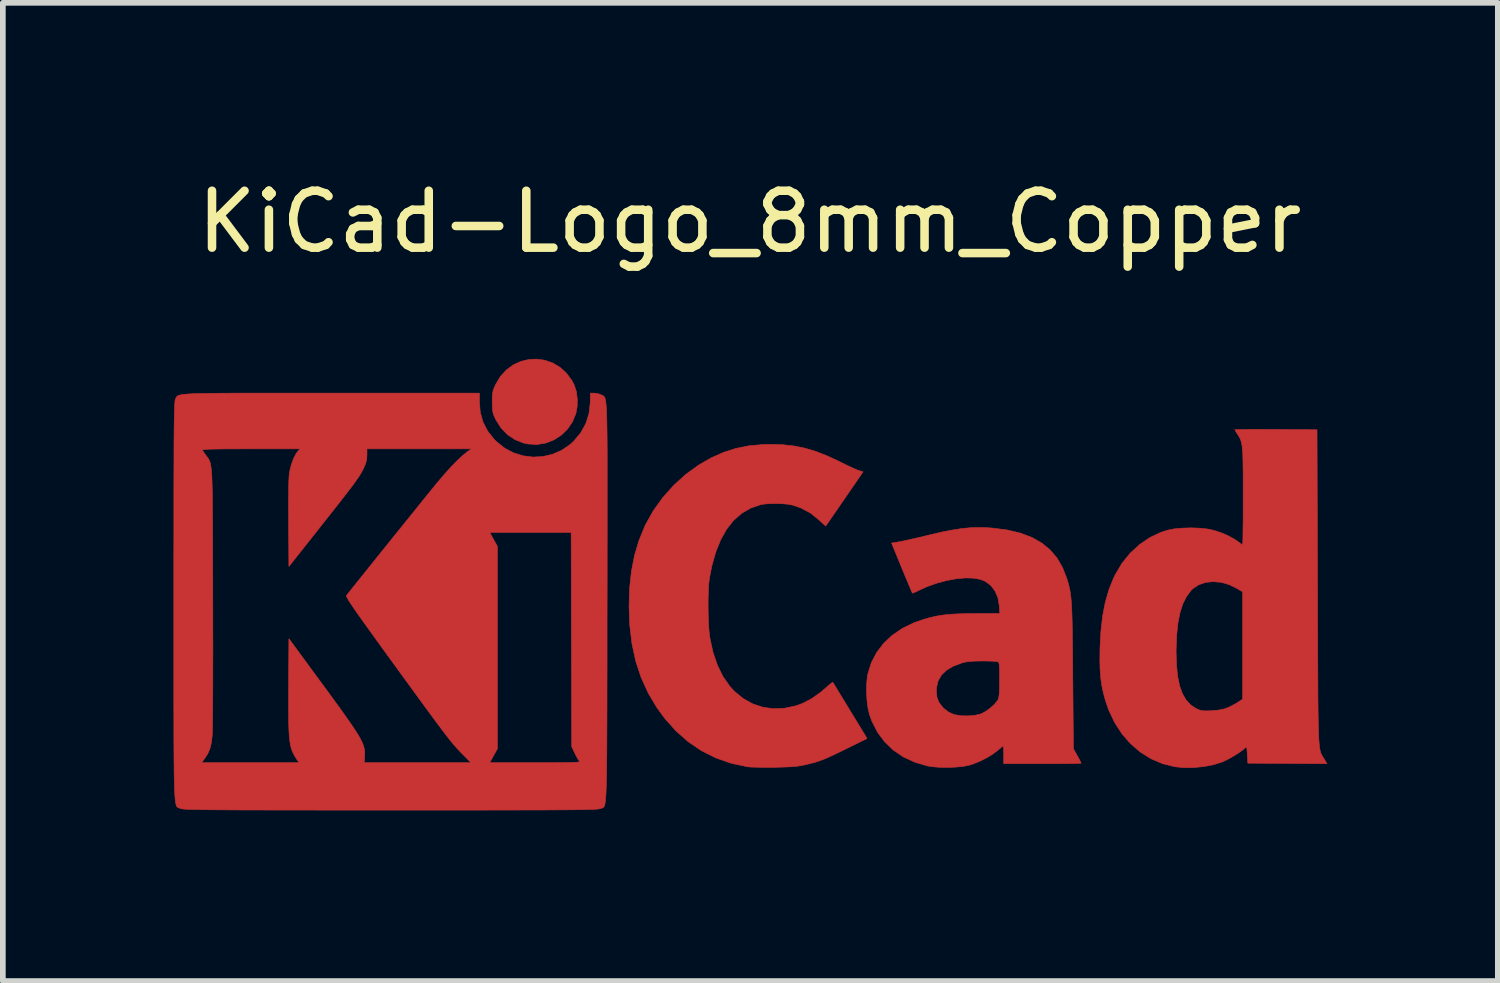
<source format=kicad_pcb>
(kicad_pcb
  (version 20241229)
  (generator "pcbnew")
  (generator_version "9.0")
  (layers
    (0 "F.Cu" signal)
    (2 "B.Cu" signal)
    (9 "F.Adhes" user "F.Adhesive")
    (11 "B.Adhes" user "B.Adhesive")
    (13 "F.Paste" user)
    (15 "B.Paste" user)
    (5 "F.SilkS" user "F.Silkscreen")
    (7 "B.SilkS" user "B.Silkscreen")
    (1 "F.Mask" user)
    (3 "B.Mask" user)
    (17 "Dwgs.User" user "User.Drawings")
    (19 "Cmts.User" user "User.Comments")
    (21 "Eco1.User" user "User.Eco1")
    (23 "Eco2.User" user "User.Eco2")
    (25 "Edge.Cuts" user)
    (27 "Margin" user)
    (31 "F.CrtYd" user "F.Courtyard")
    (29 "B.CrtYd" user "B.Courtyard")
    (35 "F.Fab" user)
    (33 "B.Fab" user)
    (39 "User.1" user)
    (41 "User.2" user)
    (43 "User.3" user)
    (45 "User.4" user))
  (footprint "KiCad-Logo_8mm_Copper"
    (layer "F.Cu")
    (at 10.129 7.198)
    (property "Reference" "KiCad-Logo_8mm_Copper" (at 0 -6.35 0) (layer "F.SilkS") (effects (font (size 1 1) (thickness 0.15))))
    (attr board_only exclude_from_pos_files exclude_from_bom allow_missing_courtyard)
    (fp_poly (pts (xy -3.602 -3.916) (xy -3.466 -3.869) (xy -3.339 -3.794) (xy -3.226 -3.693) (xy -3.13 -3.564) (xy -3.087 -3.483) (xy -3.05 -3.37) (xy -3.032 -3.239) (xy -3.034 -3.105) (xy -3.056 -2.983) (xy -3.117 -2.834) (xy -3.205 -2.705) (xy -3.315 -2.598) (xy -3.444 -2.516) (xy -3.587 -2.461) (xy -3.739 -2.436) (xy -3.896 -2.444) (xy -3.973 -2.46) (xy -4.124 -2.519) (xy -4.258 -2.608) (xy -4.372 -2.726) (xy -4.463 -2.869) (xy -4.47 -2.885) (xy -4.497 -2.943) (xy -4.513 -2.993) (xy -4.522 -3.045) (xy -4.526 -3.111) (xy -4.527 -3.184) (xy -4.526 -3.271) (xy -4.521 -3.334) (xy -4.511 -3.385) (xy -4.492 -3.436) (xy -4.469 -3.487) (xy -4.384 -3.63) (xy -4.279 -3.745) (xy -4.158 -3.834) (xy -4.026 -3.895) (xy -3.886 -3.929) (xy -3.744 -3.936) (xy -3.602 -3.916)) (stroke (width 0.01) (type solid)) (fill yes) (layer "F.Cu"))
    (fp_poly (pts (xy 0.581 -2.431) (xy 0.777 -2.409) (xy 0.967 -2.371) (xy 1.158 -2.314) (xy 1.358 -2.236) (xy 1.576 -2.135) (xy 1.615 -2.115) (xy 1.705 -2.071) (xy 1.79 -2.031) (xy 1.861 -1.999) (xy 1.91 -1.979) (xy 1.918 -1.977) (xy 1.991 -1.955) (xy 1.665 -1.481) (xy 1.585 -1.365) (xy 1.512 -1.259) (xy 1.449 -1.167) (xy 1.397 -1.092) (xy 1.359 -1.038) (xy 1.339 -1.008) (xy 1.335 -1.003) (xy 1.322 -1.013) (xy 1.288 -1.043) (xy 1.24 -1.087) (xy 1.214 -1.112) (xy 1.065 -1.231) (xy 0.897 -1.321) (xy 0.753 -1.37) (xy 0.666 -1.386) (xy 0.558 -1.395) (xy 0.44 -1.398) (xy 0.326 -1.395) (xy 0.229 -1.385) (xy 0.19 -1.378) (xy 0.015 -1.317) (xy -0.143 -1.225) (xy -0.284 -1.102) (xy -0.407 -0.947) (xy -0.512 -0.76) (xy -0.599 -0.543) (xy -0.669 -0.294) (xy -0.71 -0.082) (xy -0.721 0.012) (xy -0.728 0.134) (xy -0.732 0.273) (xy -0.733 0.423) (xy -0.73 0.575) (xy -0.725 0.718) (xy -0.716 0.846) (xy -0.704 0.949) (xy -0.702 0.964) (xy -0.646 1.22) (xy -0.569 1.445) (xy -0.472 1.643) (xy -0.353 1.813) (xy -0.269 1.905) (xy -0.117 2.03) (xy 0.049 2.123) (xy 0.227 2.182) (xy 0.414 2.209) (xy 0.607 2.201) (xy 0.803 2.16) (xy 0.92 2.119) (xy 1.08 2.037) (xy 1.246 1.92) (xy 1.339 1.84) (xy 1.391 1.794) (xy 1.432 1.761) (xy 1.455 1.745) (xy 1.458 1.744) (xy 1.469 1.761) (xy 1.496 1.804) (xy 1.537 1.872) (xy 1.59 1.959) (xy 1.653 2.062) (xy 1.723 2.177) (xy 1.762 2.241) (xy 2.061 2.732) (xy 1.688 2.916) (xy 1.553 2.982) (xy 1.444 3.034) (xy 1.354 3.075) (xy 1.276 3.107) (xy 1.203 3.133) (xy 1.13 3.155) (xy 1.049 3.176) (xy 0.971 3.195) (xy 0.901 3.209) (xy 0.829 3.22) (xy 0.746 3.228) (xy 0.645 3.233) (xy 0.52 3.237) (xy 0.435 3.239) (xy 0.315 3.24) (xy 0.199 3.239) (xy 0.096 3.237) (xy 0.013 3.234) (xy -0.042 3.229) (xy -0.045 3.228) (xy -0.33 3.167) (xy -0.598 3.073) (xy -0.848 2.948) (xy -1.08 2.791) (xy -1.295 2.602) (xy -1.492 2.382) (xy -1.635 2.186) (xy -1.787 1.93) (xy -1.91 1.659) (xy -2.005 1.372) (xy -2.071 1.066) (xy -2.11 0.74) (xy -2.122 0.408) (xy -2.112 0.087) (xy -2.08 -0.209) (xy -2.026 -0.486) (xy -1.948 -0.747) (xy -1.845 -0.999) (xy -1.833 -1.025) (xy -1.697 -1.268) (xy -1.531 -1.5) (xy -1.338 -1.716) (xy -1.125 -1.91) (xy -0.894 -2.077) (xy -0.679 -2.2) (xy -0.462 -2.297) (xy -0.244 -2.366) (xy -0.018 -2.412) (xy 0.226 -2.434) (xy 0.372 -2.437) (xy 0.581 -2.431)) (stroke (width 0.01) (type solid)) (fill yes) (layer "F.Cu"))
    (fp_poly (pts (xy 9.042 -2.7) (xy 9.196 -2.699) (xy 9.248 -2.699) (xy 9.97 -2.694) (xy 9.979 0.073) (xy 9.98 0.448) (xy 9.981 0.788) (xy 9.982 1.096) (xy 9.983 1.373) (xy 9.984 1.621) (xy 9.985 1.841) (xy 9.986 2.036) (xy 9.988 2.206) (xy 9.99 2.354) (xy 9.993 2.482) (xy 9.996 2.592) (xy 9.999 2.684) (xy 10.003 2.761) (xy 10.008 2.825) (xy 10.013 2.877) (xy 10.02 2.92) (xy 10.027 2.954) (xy 10.035 2.982) (xy 10.044 3.005) (xy 10.055 3.026) (xy 10.066 3.045) (xy 10.079 3.066) (xy 10.093 3.089) (xy 10.096 3.093) (xy 10.144 3.175) (xy 8.754 3.166) (xy 8.745 3.013) (xy 8.74 2.94) (xy 8.735 2.898) (xy 8.728 2.881) (xy 8.717 2.884) (xy 8.709 2.894) (xy 8.67 2.929) (xy 8.608 2.975) (xy 8.531 3.025) (xy 8.447 3.074) (xy 8.365 3.117) (xy 8.302 3.145) (xy 8.155 3.192) (xy 7.986 3.225) (xy 7.808 3.243) (xy 7.633 3.245) (xy 7.474 3.229) (xy 7.472 3.229) (xy 7.254 3.174) (xy 7.05 3.087) (xy 6.863 2.97) (xy 6.693 2.824) (xy 6.542 2.651) (xy 6.414 2.453) (xy 6.309 2.232) (xy 6.252 2.068) (xy 6.215 1.931) (xy 6.187 1.799) (xy 6.168 1.663) (xy 6.157 1.514) (xy 6.153 1.347) (xy 6.155 1.209) (xy 7.493 1.209) (xy 7.5 1.439) (xy 7.52 1.637) (xy 7.554 1.805) (xy 7.603 1.943) (xy 7.668 2.055) (xy 7.748 2.142) (xy 7.842 2.204) (xy 7.89 2.227) (xy 7.932 2.24) (xy 7.979 2.247) (xy 8.042 2.247) (xy 8.11 2.245) (xy 8.243 2.233) (xy 8.349 2.21) (xy 8.382 2.198) (xy 8.458 2.164) (xy 8.538 2.121) (xy 8.572 2.1) (xy 8.663 2.041) (xy 8.663 0.155) (xy 8.563 0.095) (xy 8.424 0.027) (xy 8.282 -0.013) (xy 8.142 -0.025) (xy 8.009 -0.011) (xy 7.889 0.031) (xy 7.787 0.099) (xy 7.754 0.131) (xy 7.675 0.239) (xy 7.61 0.368) (xy 7.561 0.523) (xy 7.525 0.704) (xy 7.503 0.915) (xy 7.494 1.157) (xy 7.493 1.209) (xy 6.155 1.209) (xy 6.155 1.152) (xy 6.171 0.854) (xy 6.201 0.584) (xy 6.248 0.34) (xy 6.312 0.118) (xy 6.394 -0.087) (xy 6.424 -0.148) (xy 6.542 -0.347) (xy 6.684 -0.523) (xy 6.848 -0.674) (xy 7.029 -0.798) (xy 7.225 -0.891) (xy 7.343 -0.929) (xy 7.458 -0.952) (xy 7.597 -0.965) (xy 7.748 -0.97) (xy 7.898 -0.965) (xy 8.038 -0.951) (xy 8.15 -0.928) (xy 8.283 -0.885) (xy 8.412 -0.829) (xy 8.525 -0.767) (xy 8.585 -0.725) (xy 8.627 -0.693) (xy 8.656 -0.674) (xy 8.662 -0.671) (xy 8.664 -0.689) (xy 8.666 -0.739) (xy 8.668 -0.819) (xy 8.669 -0.924) (xy 8.671 -1.051) (xy 8.672 -1.197) (xy 8.672 -1.357) (xy 8.672 -1.521) (xy 8.672 -1.731) (xy 8.672 -1.908) (xy 8.67 -2.055) (xy 8.668 -2.176) (xy 8.665 -2.274) (xy 8.659 -2.353) (xy 8.652 -2.416) (xy 8.643 -2.467) (xy 8.631 -2.508) (xy 8.616 -2.543) (xy 8.598 -2.576) (xy 8.577 -2.61) (xy 8.574 -2.614) (xy 8.546 -2.658) (xy 8.529 -2.688) (xy 8.527 -2.694) (xy 8.545 -2.696) (xy 8.595 -2.698) (xy 8.673 -2.699) (xy 8.776 -2.7) (xy 8.9 -2.7) (xy 9.042 -2.7)) (stroke (width 0.01) (type solid)) (fill yes) (layer "F.Cu"))
    (fp_poly (pts (xy 4.186 -0.972) (xy 4.276 -0.965) (xy 4.533 -0.931) (xy 4.76 -0.877) (xy 4.96 -0.801) (xy 5.132 -0.703) (xy 5.278 -0.583) (xy 5.4 -0.44) (xy 5.497 -0.272) (xy 5.568 -0.091) (xy 5.586 -0.033) (xy 5.602 0.021) (xy 5.615 0.075) (xy 5.627 0.13) (xy 5.637 0.191) (xy 5.645 0.26) (xy 5.652 0.339) (xy 5.657 0.433) (xy 5.662 0.543) (xy 5.666 0.672) (xy 5.669 0.825) (xy 5.671 1.003) (xy 5.674 1.209) (xy 5.676 1.447) (xy 5.677 1.633) (xy 5.688 2.912) (xy 5.756 3.035) (xy 5.788 3.094) (xy 5.812 3.14) (xy 5.823 3.165) (xy 5.824 3.167) (xy 5.806 3.168) (xy 5.757 3.17) (xy 5.678 3.172) (xy 5.576 3.173) (xy 5.453 3.174) (xy 5.314 3.175) (xy 5.162 3.175) (xy 5.144 3.175) (xy 4.463 3.175) (xy 4.463 3.021) (xy 4.462 2.951) (xy 4.459 2.898) (xy 4.454 2.869) (xy 4.452 2.867) (xy 4.434 2.878) (xy 4.397 2.907) (xy 4.349 2.948) (xy 4.348 2.949) (xy 4.26 3.014) (xy 4.149 3.08) (xy 4.028 3.139) (xy 3.908 3.186) (xy 3.855 3.202) (xy 3.751 3.222) (xy 3.622 3.235) (xy 3.481 3.241) (xy 3.34 3.239) (xy 3.211 3.228) (xy 3.121 3.214) (xy 2.899 3.148) (xy 2.699 3.056) (xy 2.522 2.936) (xy 2.371 2.791) (xy 2.245 2.622) (xy 2.147 2.43) (xy 2.104 2.313) (xy 2.078 2.2) (xy 2.06 2.064) (xy 2.052 1.917) (xy 2.052 1.896) (xy 3.279 1.896) (xy 3.289 2.005) (xy 3.323 2.095) (xy 3.386 2.179) (xy 3.41 2.204) (xy 3.496 2.27) (xy 3.594 2.313) (xy 3.713 2.333) (xy 3.837 2.335) (xy 3.956 2.325) (xy 4.046 2.305) (xy 4.086 2.29) (xy 4.156 2.25) (xy 4.232 2.194) (xy 4.3 2.131) (xy 4.351 2.07) (xy 4.365 2.047) (xy 4.375 2.016) (xy 4.383 1.967) (xy 4.388 1.894) (xy 4.39 1.793) (xy 4.391 1.697) (xy 4.39 1.585) (xy 4.389 1.504) (xy 4.386 1.449) (xy 4.381 1.414) (xy 4.373 1.394) (xy 4.362 1.384) (xy 4.359 1.383) (xy 4.33 1.378) (xy 4.272 1.374) (xy 4.193 1.371) (xy 4.102 1.37) (xy 4.082 1.37) (xy 3.96 1.372) (xy 3.866 1.378) (xy 3.791 1.388) (xy 3.729 1.404) (xy 3.575 1.462) (xy 3.455 1.533) (xy 3.367 1.619) (xy 3.309 1.721) (xy 3.282 1.839) (xy 3.279 1.896) (xy 2.052 1.896) (xy 2.054 1.774) (xy 2.066 1.645) (xy 2.076 1.592) (xy 2.137 1.399) (xy 2.23 1.221) (xy 2.353 1.06) (xy 2.504 0.918) (xy 2.682 0.797) (xy 2.885 0.698) (xy 3.057 0.638) (xy 3.172 0.606) (xy 3.282 0.581) (xy 3.395 0.563) (xy 3.516 0.55) (xy 3.654 0.542) (xy 3.816 0.538) (xy 3.962 0.536) (xy 4.395 0.535) (xy 4.386 0.405) (xy 4.363 0.264) (xy 4.313 0.143) (xy 4.238 0.044) (xy 4.141 -0.029) (xy 4.056 -0.064) (xy 3.934 -0.086) (xy 3.789 -0.09) (xy 3.627 -0.075) (xy 3.455 -0.043) (xy 3.281 0.004) (xy 3.111 0.065) (xy 2.987 0.121) (xy 2.928 0.15) (xy 2.882 0.17) (xy 2.859 0.178) (xy 2.858 0.178) (xy 2.85 0.16) (xy 2.83 0.114) (xy 2.8 0.042) (xy 2.762 -0.049) (xy 2.717 -0.156) (xy 2.672 -0.265) (xy 2.492 -0.703) (xy 2.62 -0.724) (xy 2.676 -0.735) (xy 2.76 -0.753) (xy 2.864 -0.776) (xy 2.982 -0.803) (xy 3.107 -0.833) (xy 3.157 -0.845) (xy 3.372 -0.895) (xy 3.56 -0.932) (xy 3.728 -0.958) (xy 3.884 -0.973) (xy 4.034 -0.977) (xy 4.186 -0.972)) (stroke (width 0.01) (type solid)) (fill yes) (layer "F.Cu"))
    (fp_poly (pts (xy -7.87 -3.338) (xy -7.521 -3.338) (xy -7.358 -3.338) (xy -4.753 -3.338) (xy -4.753 -3.185) (xy -4.737 -2.998) (xy -4.688 -2.826) (xy -4.605 -2.667) (xy -4.488 -2.52) (xy -4.448 -2.481) (xy -4.306 -2.369) (xy -4.149 -2.287) (xy -3.982 -2.236) (xy -3.81 -2.214) (xy -3.637 -2.224) (xy -3.468 -2.263) (xy -3.308 -2.332) (xy -3.162 -2.432) (xy -3.096 -2.492) (xy -2.973 -2.639) (xy -2.883 -2.801) (xy -2.827 -2.976) (xy -2.805 -3.161) (xy -2.804 -3.18) (xy -2.803 -3.338) (xy -2.733 -3.338) (xy -2.671 -3.33) (xy -2.615 -3.309) (xy -2.611 -3.307) (xy -2.598 -3.301) (xy -2.587 -3.296) (xy -2.576 -3.29) (xy -2.566 -3.284) (xy -2.557 -3.274) (xy -2.549 -3.26) (xy -2.542 -3.239) (xy -2.536 -3.211) (xy -2.53 -3.174) (xy -2.525 -3.127) (xy -2.521 -3.067) (xy -2.517 -2.994) (xy -2.514 -2.906) (xy -2.512 -2.801) (xy -2.51 -2.678) (xy -2.508 -2.535) (xy -2.507 -2.372) (xy -2.506 -2.186) (xy -2.506 -1.976) (xy -2.506 -1.74) (xy -2.506 -1.477) (xy -2.506 -1.185) (xy -2.506 -0.864) (xy -2.507 -0.511) (xy -2.507 -0.124) (xy -2.508 0.297) (xy -2.508 0.348) (xy -2.509 0.771) (xy -2.509 1.16) (xy -2.509 1.516) (xy -2.51 1.839) (xy -2.51 2.133) (xy -2.511 2.398) (xy -2.512 2.635) (xy -2.513 2.847) (xy -2.514 3.034) (xy -2.516 3.199) (xy -2.517 3.342) (xy -2.52 3.466) (xy -2.523 3.571) (xy -2.526 3.66) (xy -2.53 3.733) (xy -2.534 3.793) (xy -2.539 3.84) (xy -2.545 3.877) (xy -2.551 3.904) (xy -2.558 3.924) (xy -2.566 3.937) (xy -2.575 3.946) (xy -2.585 3.951) (xy -2.596 3.955) (xy -2.608 3.958) (xy -2.621 3.963) (xy -2.624 3.964) (xy -2.634 3.967) (xy -2.651 3.97) (xy -2.676 3.973) (xy -2.71 3.976) (xy -2.756 3.978) (xy -2.814 3.98) (xy -2.886 3.982) (xy -2.973 3.983) (xy -3.078 3.985) (xy -3.201 3.986) (xy -3.343 3.987) (xy -3.507 3.988) (xy -3.694 3.989) (xy -3.905 3.989) (xy -4.141 3.99) (xy -4.405 3.99) (xy -4.697 3.991) (xy -5.019 3.991) (xy -5.373 3.991) (xy -5.759 3.991) (xy -6.18 3.991) (xy -6.316 3.991) (xy -6.747 3.991) (xy -7.142 3.991) (xy -7.504 3.991) (xy -7.835 3.99) (xy -8.134 3.99) (xy -8.405 3.99) (xy -8.649 3.989) (xy -8.866 3.989) (xy -9.059 3.988) (xy -9.229 3.987) (xy -9.378 3.986) (xy -9.506 3.985) (xy -9.616 3.983) (xy -9.709 3.982) (xy -9.786 3.98) (xy -9.848 3.978) (xy -9.899 3.976) (xy -9.937 3.974) (xy -9.967 3.971) (xy -9.987 3.968) (xy -10.001 3.965) (xy -10.009 3.962) (xy -10.023 3.956) (xy -10.035 3.952) (xy -10.046 3.948) (xy -10.057 3.942) (xy -10.066 3.934) (xy -10.075 3.92) (xy -10.082 3.901) (xy -10.089 3.874) (xy -10.095 3.839) (xy -10.101 3.793) (xy -10.105 3.734) (xy -10.109 3.663) (xy -10.112 3.576) (xy -10.115 3.473) (xy -10.118 3.352) (xy -10.119 3.211) (xy -10.12 3.157) (xy -9.636 3.157) (xy -7.924 3.157) (xy -7.957 3.107) (xy -7.99 3.056) (xy -8.018 3.007) (xy -8.041 2.957) (xy -8.06 2.903) (xy -8.075 2.841) (xy -8.086 2.768) (xy -8.095 2.68) (xy -8.101 2.574) (xy -8.105 2.447) (xy -8.106 2.294) (xy -8.107 2.114) (xy -8.106 1.902) (xy -8.106 1.823) (xy -8.101 0.978) (xy -7.566 1.707) (xy -7.414 1.913) (xy -7.283 2.093) (xy -7.17 2.249) (xy -7.075 2.383) (xy -6.996 2.497) (xy -6.931 2.594) (xy -6.88 2.676) (xy -6.84 2.746) (xy -6.811 2.806) (xy -6.791 2.858) (xy -6.778 2.905) (xy -6.771 2.949) (xy -6.769 2.992) (xy -6.77 3.038) (xy -6.77 3.043) (xy -6.776 3.157) (xy -4.901 3.157) (xy -5.04 3.016) (xy -5.078 2.978) (xy -5.114 2.94) (xy -5.15 2.902) (xy -5.186 2.86) (xy -5.226 2.814) (xy -5.27 2.76) (xy -5.32 2.696) (xy -5.377 2.622) (xy -5.443 2.534) (xy -5.521 2.43) (xy -5.61 2.309) (xy -5.713 2.169) (xy -5.832 2.006) (xy -5.967 1.82) (xy -6.121 1.609) (xy -6.247 1.435) (xy -6.406 1.217) (xy -6.544 1.026) (xy -6.663 0.86) (xy -6.765 0.719) (xy -6.85 0.599) (xy -6.92 0.5) (xy -6.976 0.419) (xy -7.019 0.355) (xy -7.051 0.305) (xy -7.072 0.269) (xy -7.085 0.243) (xy -7.09 0.227) (xy -7.088 0.218) (xy -7.071 0.196) (xy -7.032 0.148) (xy -6.976 0.077) (xy -6.904 -0.013) (xy -6.818 -0.12) (xy -6.721 -0.241) (xy -6.615 -0.373) (xy -6.502 -0.514) (xy -6.385 -0.659) (xy -6.266 -0.808) (xy -6.2 -0.889) (xy -4.571 -0.889) (xy -4.504 -0.767) (xy -4.436 -0.644) (xy -4.436 2.912) (xy -4.504 3.034) (xy -4.571 3.157) (xy -3.771 3.157) (xy -3.579 3.157) (xy -3.422 3.157) (xy -3.294 3.156) (xy -3.193 3.155) (xy -3.117 3.153) (xy -3.062 3.151) (xy -3.025 3.148) (xy -3.004 3.144) (xy -2.994 3.139) (xy -2.993 3.132) (xy -2.999 3.125) (xy -2.999 3.125) (xy -3.022 3.092) (xy -3.052 3.038) (xy -3.079 2.984) (xy -3.13 2.876) (xy -3.135 0.993) (xy -3.14 -0.889) (xy -4.571 -0.889) (xy -6.2 -0.889) (xy -6.147 -0.955) (xy -6.03 -1.1) (xy -5.918 -1.238) (xy -5.814 -1.368) (xy -5.719 -1.486) (xy -5.635 -1.589) (xy -5.566 -1.675) (xy -5.512 -1.74) (xy -5.481 -1.778) (xy -5.36 -1.92) (xy -5.244 -2.049) (xy -5.136 -2.159) (xy -5.04 -2.247) (xy -4.973 -2.301) (xy -4.893 -2.359) (xy -6.729 -2.359) (xy -6.729 -2.251) (xy -6.734 -2.172) (xy -6.753 -2.098) (xy -6.783 -2.029) (xy -6.802 -1.989) (xy -6.823 -1.95) (xy -6.847 -1.909) (xy -6.877 -1.863) (xy -6.914 -1.81) (xy -6.959 -1.746) (xy -7.016 -1.67) (xy -7.086 -1.579) (xy -7.17 -1.47) (xy -7.271 -1.341) (xy -7.391 -1.189) (xy -7.532 -1.011) (xy -7.547 -0.991) (xy -8.101 -0.291) (xy -8.106 -1.066) (xy -8.107 -1.299) (xy -8.107 -1.495) (xy -8.105 -1.657) (xy -8.103 -1.784) (xy -8.098 -1.878) (xy -8.093 -1.938) (xy -8.091 -1.95) (xy -8.061 -2.071) (xy -8.023 -2.18) (xy -7.979 -2.267) (xy -7.953 -2.304) (xy -7.907 -2.359) (xy -8.772 -2.359) (xy -8.978 -2.358) (xy -9.15 -2.358) (xy -9.291 -2.357) (xy -9.404 -2.355) (xy -9.49 -2.353) (xy -9.553 -2.35) (xy -9.594 -2.347) (xy -9.616 -2.342) (xy -9.623 -2.337) (xy -9.622 -2.336) (xy -9.604 -2.308) (xy -9.573 -2.264) (xy -9.558 -2.242) (xy -9.541 -2.22) (xy -9.526 -2.2) (xy -9.513 -2.181) (xy -9.502 -2.16) (xy -9.491 -2.135) (xy -9.482 -2.106) (xy -9.475 -2.068) (xy -9.468 -2.022) (xy -9.462 -1.964) (xy -9.457 -1.893) (xy -9.453 -1.806) (xy -9.45 -1.703) (xy -9.447 -1.58) (xy -9.445 -1.436) (xy -9.444 -1.27) (xy -9.443 -1.078) (xy -9.442 -0.86) (xy -9.441 -0.613) (xy -9.44 -0.335) (xy -9.439 -0.024) (xy -9.439 0.261) (xy -9.438 0.579) (xy -9.438 0.883) (xy -9.437 1.17) (xy -9.438 1.439) (xy -9.438 1.687) (xy -9.439 1.913) (xy -9.44 2.114) (xy -9.442 2.289) (xy -9.443 2.436) (xy -9.445 2.553) (xy -9.447 2.638) (xy -9.45 2.689) (xy -9.45 2.694) (xy -9.466 2.818) (xy -9.491 2.917) (xy -9.529 3.003) (xy -9.585 3.089) (xy -9.591 3.098) (xy -9.636 3.157) (xy -10.12 3.157) (xy -10.121 3.049) (xy -10.122 2.865) (xy -10.123 2.657) (xy -10.123 2.423) (xy -10.124 2.162) (xy -10.124 1.873) (xy -10.124 1.554) (xy -10.124 1.203) (xy -10.124 0.82) (xy -10.124 0.401) (xy -10.124 0.318) (xy -10.124 -0.104) (xy -10.124 -0.492) (xy -10.123 -0.847) (xy -10.123 -1.169) (xy -10.123 -1.462) (xy -10.123 -1.725) (xy -10.122 -1.961) (xy -10.121 -2.172) (xy -10.121 -2.357) (xy -10.12 -2.521) (xy -10.119 -2.662) (xy -10.117 -2.784) (xy -10.116 -2.887) (xy -10.114 -2.974) (xy -10.112 -3.045) (xy -10.11 -3.102) (xy -10.108 -3.146) (xy -10.105 -3.18) (xy -10.103 -3.204) (xy -10.1 -3.22) (xy -10.096 -3.23) (xy -10.096 -3.23) (xy -10.089 -3.245) (xy -10.084 -3.258) (xy -10.077 -3.27) (xy -10.069 -3.281) (xy -10.056 -3.29) (xy -10.037 -3.299) (xy -10.011 -3.306) (xy -9.976 -3.313) (xy -9.929 -3.318) (xy -9.87 -3.323) (xy -9.796 -3.327) (xy -9.705 -3.33) (xy -9.597 -3.332) (xy -9.469 -3.334) (xy -9.319 -3.336) (xy -9.146 -3.337) (xy -8.948 -3.338) (xy -8.723 -3.338) (xy -8.47 -3.338) (xy -8.186 -3.338) (xy -7.87 -3.338)) (stroke (width 0.01) (type solid)) (fill yes) (layer "F.Cu")))
  (gr_rect
    (start -3 -3)
    (end 23.277 14.194)
    (stroke (width 0.1) (type default))
    (fill no)
    (layer "Edge.Cuts")))
</source>
